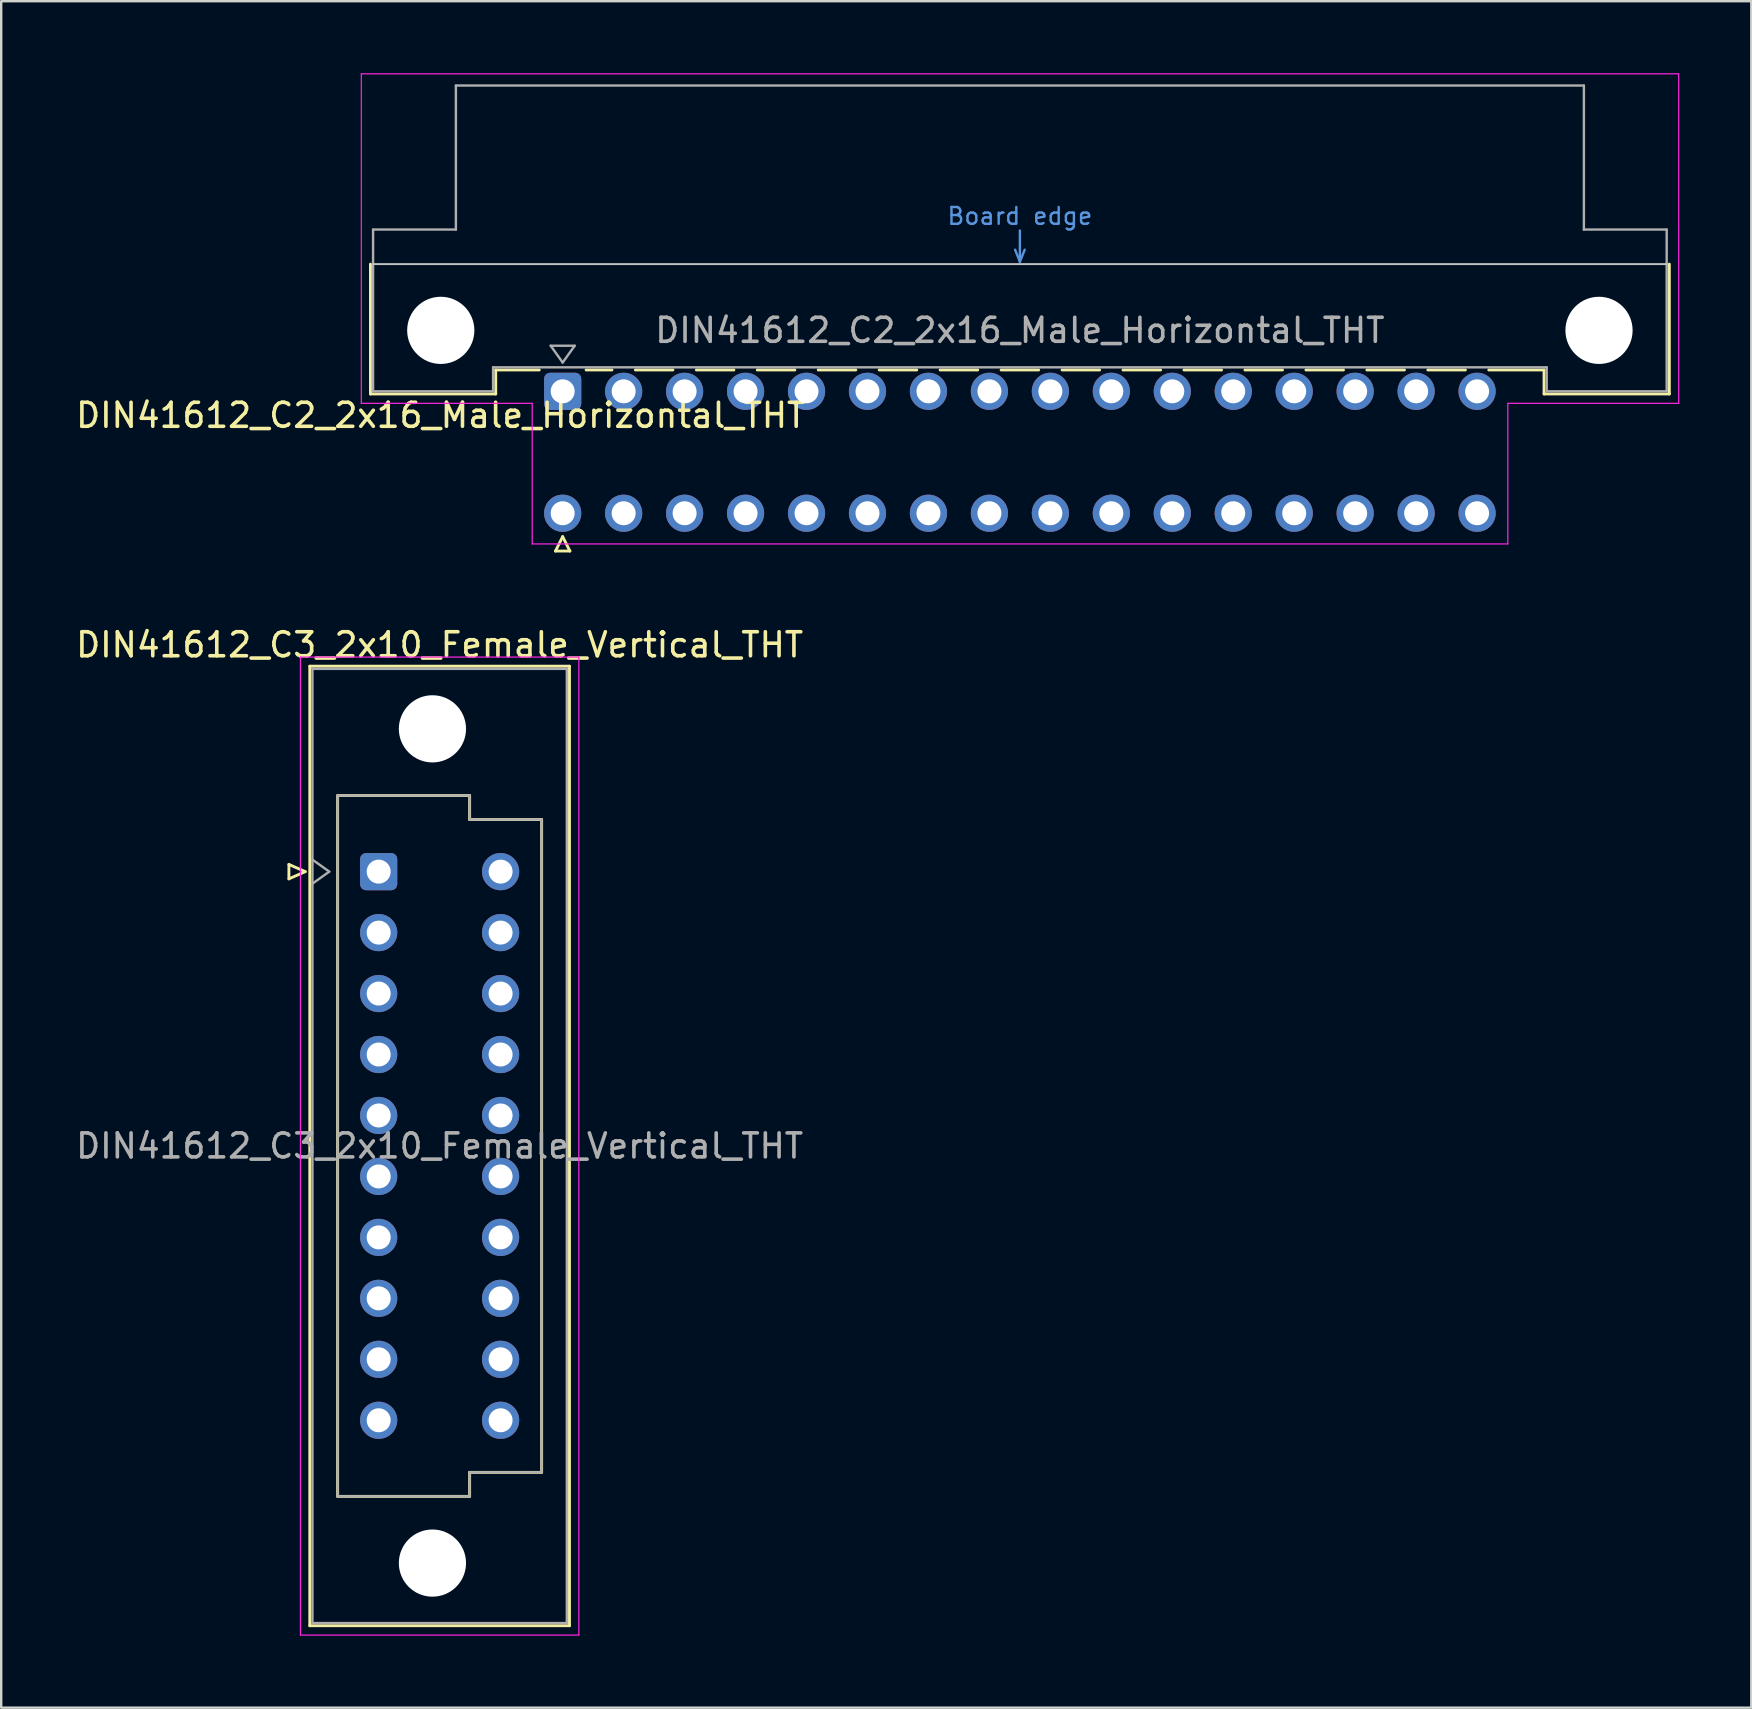
<source format=kicad_pcb>
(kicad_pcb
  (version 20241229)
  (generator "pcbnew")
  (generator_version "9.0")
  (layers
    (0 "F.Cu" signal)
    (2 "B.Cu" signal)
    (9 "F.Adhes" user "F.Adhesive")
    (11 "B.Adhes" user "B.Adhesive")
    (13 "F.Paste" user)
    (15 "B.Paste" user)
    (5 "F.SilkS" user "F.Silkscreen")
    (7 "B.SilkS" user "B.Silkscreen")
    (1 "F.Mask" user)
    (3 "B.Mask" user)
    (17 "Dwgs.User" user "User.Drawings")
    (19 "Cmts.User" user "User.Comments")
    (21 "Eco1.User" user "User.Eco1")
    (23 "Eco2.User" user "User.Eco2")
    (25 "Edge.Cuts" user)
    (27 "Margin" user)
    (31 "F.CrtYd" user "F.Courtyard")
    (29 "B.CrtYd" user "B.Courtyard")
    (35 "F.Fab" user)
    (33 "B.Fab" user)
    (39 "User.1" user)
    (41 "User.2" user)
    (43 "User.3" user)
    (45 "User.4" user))
  (footprint "DIN41612_C2_2x16_Male_Horizontal_THT"
    (layer "F.Cu")
    (at 20.395 13.255)
    (property "Reference" "DIN41612_C2_2x16_Male_Horizontal_THT" (at -5.08 1 0) (layer "F.SilkS") (effects (font (size 1 1) (thickness 0.15))))
    (attr through_hole)
    (fp_line (start -8.01 -5.3) (end -8.01 0.11) (stroke (width 0.12) (type solid)) (layer "F.SilkS"))
    (fp_line (start -8.01 0.11) (end -2.79 0.11) (stroke (width 0.12) (type solid)) (layer "F.SilkS"))
    (fp_line (start -2.79 -0.89) (end -0.976 -0.89) (stroke (width 0.12) (type solid)) (layer "F.SilkS"))
    (fp_line (start -2.79 0.11) (end -2.79 -0.89) (stroke (width 0.12) (type solid)) (layer "F.SilkS"))
    (fp_line (start -0.3 6.655) (end 0.3 6.655) (stroke (width 0.12) (type solid)) (layer "F.SilkS"))
    (fp_line (start 0 6.055) (end -0.3 6.655) (stroke (width 0.12) (type solid)) (layer "F.SilkS"))
    (fp_line (start 0.3 6.655) (end 0 6.055) (stroke (width 0.12) (type solid)) (layer "F.SilkS"))
    (fp_line (start 0.976 -0.89) (end 2.053 -0.89) (stroke (width 0.12) (type solid)) (layer "F.SilkS"))
    (fp_line (start 3.028 -0.89) (end 4.593 -0.89) (stroke (width 0.12) (type solid)) (layer "F.SilkS"))
    (fp_line (start 5.568 -0.89) (end 7.133 -0.89) (stroke (width 0.12) (type solid)) (layer "F.SilkS"))
    (fp_line (start 8.108 -0.89) (end 9.673 -0.89) (stroke (width 0.12) (type solid)) (layer "F.SilkS"))
    (fp_line (start 10.648 -0.89) (end 12.213 -0.89) (stroke (width 0.12) (type solid)) (layer "F.SilkS"))
    (fp_line (start 13.188 -0.89) (end 14.753 -0.89) (stroke (width 0.12) (type solid)) (layer "F.SilkS"))
    (fp_line (start 15.728 -0.89) (end 17.293 -0.89) (stroke (width 0.12) (type solid)) (layer "F.SilkS"))
    (fp_line (start 18.268 -0.89) (end 19.833 -0.89) (stroke (width 0.12) (type solid)) (layer "F.SilkS"))
    (fp_line (start 20.808 -0.89) (end 22.373 -0.89) (stroke (width 0.12) (type solid)) (layer "F.SilkS"))
    (fp_line (start 23.348 -0.89) (end 24.913 -0.89) (stroke (width 0.12) (type solid)) (layer "F.SilkS"))
    (fp_line (start 25.888 -0.89) (end 27.453 -0.89) (stroke (width 0.12) (type solid)) (layer "F.SilkS"))
    (fp_line (start 28.428 -0.89) (end 29.993 -0.89) (stroke (width 0.12) (type solid)) (layer "F.SilkS"))
    (fp_line (start 30.968 -0.89) (end 32.533 -0.89) (stroke (width 0.12) (type solid)) (layer "F.SilkS"))
    (fp_line (start 33.508 -0.89) (end 35.073 -0.89) (stroke (width 0.12) (type solid)) (layer "F.SilkS"))
    (fp_line (start 36.048 -0.89) (end 37.613 -0.89) (stroke (width 0.12) (type solid)) (layer "F.SilkS"))
    (fp_line (start 38.588 -0.89) (end 40.89 -0.89) (stroke (width 0.12) (type solid)) (layer "F.SilkS"))
    (fp_line (start 40.89 0.11) (end 40.89 -0.89) (stroke (width 0.12) (type solid)) (layer "F.SilkS"))
    (fp_line (start 46.11 -5.3) (end 46.11 0.11) (stroke (width 0.12) (type solid)) (layer "F.SilkS"))
    (fp_line (start 46.11 0.11) (end 40.89 0.11) (stroke (width 0.12) (type solid)) (layer "F.SilkS"))
    (fp_line (start -7.9 -5.3) (end 46 -5.3) (stroke (width 0.08) (type solid)) (layer "Dwgs.User"))
    (fp_line (start 18.85 -5.9) (end 19.05 -5.4) (stroke (width 0.1) (type solid)) (layer "Cmts.User"))
    (fp_line (start 19.05 -5.4) (end 19.05 -6.7) (stroke (width 0.1) (type solid)) (layer "Cmts.User"))
    (fp_line (start 19.05 -5.4) (end 19.25 -5.9) (stroke (width 0.1) (type solid)) (layer "Cmts.User"))
    (fp_line (start -8.39 -13.23) (end -8.39 0.5) (stroke (width 0.05) (type solid)) (layer "F.CrtYd"))
    (fp_line (start -8.39 0.5) (end -1.27 0.5) (stroke (width 0.05) (type solid)) (layer "F.CrtYd"))
    (fp_line (start -1.27 0.5) (end -1.27 6.36) (stroke (width 0.05) (type solid)) (layer "F.CrtYd"))
    (fp_line (start -1.27 6.36) (end 39.38 6.36) (stroke (width 0.05) (type solid)) (layer "F.CrtYd"))
    (fp_line (start 39.38 0.5) (end 46.5 0.5) (stroke (width 0.05) (type solid)) (layer "F.CrtYd"))
    (fp_line (start 39.38 6.36) (end 39.38 0.5) (stroke (width 0.05) (type solid)) (layer "F.CrtYd"))
    (fp_line (start 46.5 -13.23) (end -8.39 -13.23) (stroke (width 0.05) (type solid)) (layer "F.CrtYd"))
    (fp_line (start 46.5 0.5) (end 46.5 -13.23) (stroke (width 0.05) (type solid)) (layer "F.CrtYd"))
    (fp_line (start -7.9 -6.74) (end -7.9 0) (stroke (width 0.1) (type solid)) (layer "F.Fab"))
    (fp_line (start -7.9 0) (end -2.9 0) (stroke (width 0.1) (type solid)) (layer "F.Fab"))
    (fp_line (start -4.45 -12.74) (end -4.45 -6.74) (stroke (width 0.1) (type solid)) (layer "F.Fab"))
    (fp_line (start -4.45 -6.74) (end -7.9 -6.74) (stroke (width 0.1) (type solid)) (layer "F.Fab"))
    (fp_line (start -2.9 -1) (end 41 -1) (stroke (width 0.1) (type solid)) (layer "F.Fab"))
    (fp_line (start -2.9 0) (end -2.9 -1) (stroke (width 0.1) (type solid)) (layer "F.Fab"))
    (fp_line (start -0.5 -1.9) (end 0.5 -1.9) (stroke (width 0.1) (type solid)) (layer "F.Fab"))
    (fp_line (start 0 -1.2) (end -0.5 -1.9) (stroke (width 0.1) (type solid)) (layer "F.Fab"))
    (fp_line (start 0.5 -1.9) (end 0 -1.2) (stroke (width 0.1) (type solid)) (layer "F.Fab"))
    (fp_line (start 41 -1) (end 41 0) (stroke (width 0.1) (type solid)) (layer "F.Fab"))
    (fp_line (start 41 0) (end 46 0) (stroke (width 0.1) (type solid)) (layer "F.Fab"))
    (fp_line (start 42.55 -12.74) (end -4.45 -12.74) (stroke (width 0.1) (type solid)) (layer "F.Fab"))
    (fp_line (start 42.55 -6.74) (end 42.55 -12.74) (stroke (width 0.1) (type solid)) (layer "F.Fab"))
    (fp_line (start 46 -6.74) (end 42.55 -6.74) (stroke (width 0.1) (type solid)) (layer "F.Fab"))
    (fp_line (start 46 0) (end 46 -6.74) (stroke (width 0.1) (type solid)) (layer "F.Fab"))
    (fp_text user "Board edge" (at 19.05 -7.3 0) (layer "Cmts.User") (effects (font (size 0.7 0.7) (thickness 0.1))))
    (fp_text user "${REFERENCE}" (at 19.05 -2.54 0) (layer "F.Fab") (effects (font (size 1 1) (thickness 0.15))))
    (pad "" np_thru_hole circle (at -5.08 -2.54) (size 2.8 2.8) (drill 2.8) (layers "*.Cu" "*.Mask"))
    (pad "" np_thru_hole circle (at 43.18 -2.54) (size 2.8 2.8) (drill 2.8) (layers "*.Cu" "*.Mask"))
    (pad "a0" thru_hole roundrect (at 0 0) (size 1.55 1.55) (drill 1) (layers "*.Cu" "*.Mask") (roundrect_rratio 0.161))
    (pad "a1" thru_hole circle (at 2.54 0) (size 1.55 1.55) (drill 1) (layers "*.Cu" "*.Mask"))
    (pad "a2" thru_hole circle (at 5.08 0) (size 1.55 1.55) (drill 1) (layers "*.Cu" "*.Mask"))
    (pad "a3" thru_hole circle (at 7.62 0) (size 1.55 1.55) (drill 1) (layers "*.Cu" "*.Mask"))
    (pad "a4" thru_hole circle (at 10.16 0) (size 1.55 1.55) (drill 1) (layers "*.Cu" "*.Mask"))
    (pad "a5" thru_hole circle (at 12.7 0) (size 1.55 1.55) (drill 1) (layers "*.Cu" "*.Mask"))
    (pad "a6" thru_hole circle (at 15.24 0) (size 1.55 1.55) (drill 1) (layers "*.Cu" "*.Mask"))
    (pad "a7" thru_hole circle (at 17.78 0) (size 1.55 1.55) (drill 1) (layers "*.Cu" "*.Mask"))
    (pad "a8" thru_hole circle (at 20.32 0) (size 1.55 1.55) (drill 1) (layers "*.Cu" "*.Mask"))
    (pad "a9" thru_hole circle (at 22.86 0) (size 1.55 1.55) (drill 1) (layers "*.Cu" "*.Mask"))
    (pad "a10" thru_hole circle (at 25.4 0) (size 1.55 1.55) (drill 1) (layers "*.Cu" "*.Mask"))
    (pad "a11" thru_hole circle (at 27.94 0) (size 1.55 1.55) (drill 1) (layers "*.Cu" "*.Mask"))
    (pad "a12" thru_hole circle (at 30.48 0) (size 1.55 1.55) (drill 1) (layers "*.Cu" "*.Mask"))
    (pad "a13" thru_hole circle (at 33.02 0) (size 1.55 1.55) (drill 1) (layers "*.Cu" "*.Mask"))
    (pad "a14" thru_hole circle (at 35.56 0) (size 1.55 1.55) (drill 1) (layers "*.Cu" "*.Mask"))
    (pad "a15" thru_hole circle (at 38.1 0) (size 1.55 1.55) (drill 1) (layers "*.Cu" "*.Mask"))
    (pad "c0" thru_hole circle (at 0 5.08) (size 1.55 1.55) (drill 1) (layers "*.Cu" "*.Mask"))
    (pad "c1" thru_hole circle (at 2.54 5.08) (size 1.55 1.55) (drill 1) (layers "*.Cu" "*.Mask"))
    (pad "c2" thru_hole circle (at 5.08 5.08) (size 1.55 1.55) (drill 1) (layers "*.Cu" "*.Mask"))
    (pad "c3" thru_hole circle (at 7.62 5.08) (size 1.55 1.55) (drill 1) (layers "*.Cu" "*.Mask"))
    (pad "c4" thru_hole circle (at 10.16 5.08) (size 1.55 1.55) (drill 1) (layers "*.Cu" "*.Mask"))
    (pad "c5" thru_hole circle (at 12.7 5.08) (size 1.55 1.55) (drill 1) (layers "*.Cu" "*.Mask"))
    (pad "c6" thru_hole circle (at 15.24 5.08) (size 1.55 1.55) (drill 1) (layers "*.Cu" "*.Mask"))
    (pad "c7" thru_hole circle (at 17.78 5.08) (size 1.55 1.55) (drill 1) (layers "*.Cu" "*.Mask"))
    (pad "c8" thru_hole circle (at 20.32 5.08) (size 1.55 1.55) (drill 1) (layers "*.Cu" "*.Mask"))
    (pad "c9" thru_hole circle (at 22.86 5.08) (size 1.55 1.55) (drill 1) (layers "*.Cu" "*.Mask"))
    (pad "c10" thru_hole circle (at 25.4 5.08) (size 1.55 1.55) (drill 1) (layers "*.Cu" "*.Mask"))
    (pad "c11" thru_hole circle (at 27.94 5.08) (size 1.55 1.55) (drill 1) (layers "*.Cu" "*.Mask"))
    (pad "c12" thru_hole circle (at 30.48 5.08) (size 1.55 1.55) (drill 1) (layers "*.Cu" "*.Mask"))
    (pad "c13" thru_hole circle (at 33.02 5.08) (size 1.55 1.55) (drill 1) (layers "*.Cu" "*.Mask"))
    (pad "c14" thru_hole circle (at 35.56 5.08) (size 1.55 1.55) (drill 1) (layers "*.Cu" "*.Mask"))
    (pad "c15" thru_hole circle (at 38.1 5.08) (size 1.55 1.55) (drill 1) (layers "*.Cu" "*.Mask")))
  (footprint "DIN41612_C3_2x10_Female_Vertical_THT"
    (layer "F.Cu")
    (at 12.728 33.268)
    (property "Reference" "DIN41612_C3_2x10_Female_Vertical_THT" (at 2.54 -9.45 0) (layer "F.SilkS") (effects (font (size 1 1) (thickness 0.15))))
    (attr through_hole)
    (fp_line (start -3.74 -0.3) (end -3.74 0.3) (stroke (width 0.12) (type solid)) (layer "F.SilkS"))
    (fp_line (start -3.74 0.3) (end -3.06 0) (stroke (width 0.12) (type solid)) (layer "F.SilkS"))
    (fp_line (start -3.06 0) (end -3.74 -0.3) (stroke (width 0.12) (type solid)) (layer "F.SilkS"))
    (fp_line (start -2.87 -8.56) (end 7.95 -8.56) (stroke (width 0.12) (type solid)) (layer "F.SilkS"))
    (fp_line (start -2.87 31.42) (end -2.87 -8.56) (stroke (width 0.12) (type solid)) (layer "F.SilkS"))
    (fp_line (start -1.71 -3.17) (end 3.79 -3.17) (stroke (width 0.12) (type solid)) (layer "F.SilkS"))
    (fp_line (start -1.71 26.03) (end -1.71 -3.17) (stroke (width 0.12) (type solid)) (layer "F.SilkS"))
    (fp_line (start 3.79 -3.17) (end 3.79 -2.17) (stroke (width 0.12) (type solid)) (layer "F.SilkS"))
    (fp_line (start 3.79 -2.17) (end 6.79 -2.17) (stroke (width 0.12) (type solid)) (layer "F.SilkS"))
    (fp_line (start 3.79 25.03) (end 3.79 26.03) (stroke (width 0.12) (type solid)) (layer "F.SilkS"))
    (fp_line (start 3.79 26.03) (end -1.71 26.03) (stroke (width 0.12) (type solid)) (layer "F.SilkS"))
    (fp_line (start 6.79 -2.17) (end 6.79 25.03) (stroke (width 0.12) (type solid)) (layer "F.SilkS"))
    (fp_line (start 6.79 25.03) (end 3.79 25.03) (stroke (width 0.12) (type solid)) (layer "F.SilkS"))
    (fp_line (start 7.95 -8.56) (end 7.95 31.42) (stroke (width 0.12) (type solid)) (layer "F.SilkS"))
    (fp_line (start 7.95 31.42) (end -2.87 31.42) (stroke (width 0.12) (type solid)) (layer "F.SilkS"))
    (fp_line (start -3.26 -8.94) (end 8.34 -8.94) (stroke (width 0.05) (type solid)) (layer "F.CrtYd"))
    (fp_line (start -3.26 31.81) (end -3.26 -8.94) (stroke (width 0.05) (type solid)) (layer "F.CrtYd"))
    (fp_line (start 8.34 -8.94) (end 8.34 31.81) (stroke (width 0.05) (type solid)) (layer "F.CrtYd"))
    (fp_line (start 8.34 31.81) (end -3.26 31.81) (stroke (width 0.05) (type solid)) (layer "F.CrtYd"))
    (fp_line (start -2.76 -8.45) (end 7.84 -8.45) (stroke (width 0.1) (type solid)) (layer "F.Fab"))
    (fp_line (start -2.76 -0.5) (end -2.06 0) (stroke (width 0.1) (type solid)) (layer "F.Fab"))
    (fp_line (start -2.76 31.31) (end -2.76 -8.45) (stroke (width 0.1) (type solid)) (layer "F.Fab"))
    (fp_line (start -2.06 0) (end -2.76 0.5) (stroke (width 0.1) (type solid)) (layer "F.Fab"))
    (fp_line (start -1.71 -3.17) (end 3.79 -3.17) (stroke (width 0.1) (type solid)) (layer "F.Fab"))
    (fp_line (start -1.71 26.03) (end -1.71 -3.17) (stroke (width 0.1) (type solid)) (layer "F.Fab"))
    (fp_line (start 3.79 -3.17) (end 3.79 -2.17) (stroke (width 0.1) (type solid)) (layer "F.Fab"))
    (fp_line (start 3.79 -2.17) (end 6.79 -2.17) (stroke (width 0.1) (type solid)) (layer "F.Fab"))
    (fp_line (start 3.79 25.03) (end 3.79 26.03) (stroke (width 0.1) (type solid)) (layer "F.Fab"))
    (fp_line (start 3.79 26.03) (end -1.71 26.03) (stroke (width 0.1) (type solid)) (layer "F.Fab"))
    (fp_line (start 6.79 -2.17) (end 6.79 25.03) (stroke (width 0.1) (type solid)) (layer "F.Fab"))
    (fp_line (start 6.79 25.03) (end 3.79 25.03) (stroke (width 0.1) (type solid)) (layer "F.Fab"))
    (fp_line (start 7.84 -8.45) (end 7.84 31.31) (stroke (width 0.1) (type solid)) (layer "F.Fab"))
    (fp_line (start 7.84 31.31) (end -2.76 31.31) (stroke (width 0.1) (type solid)) (layer "F.Fab"))
    (fp_text user "${REFERENCE}" (at 2.54 11.43 0) (layer "F.Fab") (effects (font (size 1 1) (thickness 0.15))))
    (pad "" np_thru_hole circle (at 2.24 -5.95) (size 2.8 2.8) (drill 2.8) (layers "*.Cu" "*.Mask"))
    (pad "" np_thru_hole circle (at 2.24 28.81) (size 2.8 2.8) (drill 2.8) (layers "*.Cu" "*.Mask"))
    (pad "a0" thru_hole roundrect (at 0 0) (size 1.55 1.55) (drill 1) (layers "*.Cu" "*.Mask") (roundrect_rratio 0.161))
    (pad "a1" thru_hole circle (at 0 2.54) (size 1.55 1.55) (drill 1) (layers "*.Cu" "*.Mask"))
    (pad "a2" thru_hole circle (at 0 5.08) (size 1.55 1.55) (drill 1) (layers "*.Cu" "*.Mask"))
    (pad "a3" thru_hole circle (at 0 7.62) (size 1.55 1.55) (drill 1) (layers "*.Cu" "*.Mask"))
    (pad "a4" thru_hole circle (at 0 10.16) (size 1.55 1.55) (drill 1) (layers "*.Cu" "*.Mask"))
    (pad "a5" thru_hole circle (at 0 12.7) (size 1.55 1.55) (drill 1) (layers "*.Cu" "*.Mask"))
    (pad "a6" thru_hole circle (at 0 15.24) (size 1.55 1.55) (drill 1) (layers "*.Cu" "*.Mask"))
    (pad "a7" thru_hole circle (at 0 17.78) (size 1.55 1.55) (drill 1) (layers "*.Cu" "*.Mask"))
    (pad "a8" thru_hole circle (at 0 20.32) (size 1.55 1.55) (drill 1) (layers "*.Cu" "*.Mask"))
    (pad "a9" thru_hole circle (at 0 22.86) (size 1.55 1.55) (drill 1) (layers "*.Cu" "*.Mask"))
    (pad "c0" thru_hole circle (at 5.08 0) (size 1.55 1.55) (drill 1) (layers "*.Cu" "*.Mask"))
    (pad "c1" thru_hole circle (at 5.08 2.54) (size 1.55 1.55) (drill 1) (layers "*.Cu" "*.Mask"))
    (pad "c2" thru_hole circle (at 5.08 5.08) (size 1.55 1.55) (drill 1) (layers "*.Cu" "*.Mask"))
    (pad "c3" thru_hole circle (at 5.08 7.62) (size 1.55 1.55) (drill 1) (layers "*.Cu" "*.Mask"))
    (pad "c4" thru_hole circle (at 5.08 10.16) (size 1.55 1.55) (drill 1) (layers "*.Cu" "*.Mask"))
    (pad "c5" thru_hole circle (at 5.08 12.7) (size 1.55 1.55) (drill 1) (layers "*.Cu" "*.Mask"))
    (pad "c6" thru_hole circle (at 5.08 15.24) (size 1.55 1.55) (drill 1) (layers "*.Cu" "*.Mask"))
    (pad "c7" thru_hole circle (at 5.08 17.78) (size 1.55 1.55) (drill 1) (layers "*.Cu" "*.Mask"))
    (pad "c8" thru_hole circle (at 5.08 20.32) (size 1.55 1.55) (drill 1) (layers "*.Cu" "*.Mask"))
    (pad "c9" thru_hole circle (at 5.08 22.86) (size 1.55 1.55) (drill 1) (layers "*.Cu" "*.Mask")))
  (gr_rect
    (start -3 -3)
    (end 69.92 68.103)
    (stroke (width 0.1) (type default))
    (fill no)
    (layer "Edge.Cuts")))
</source>
